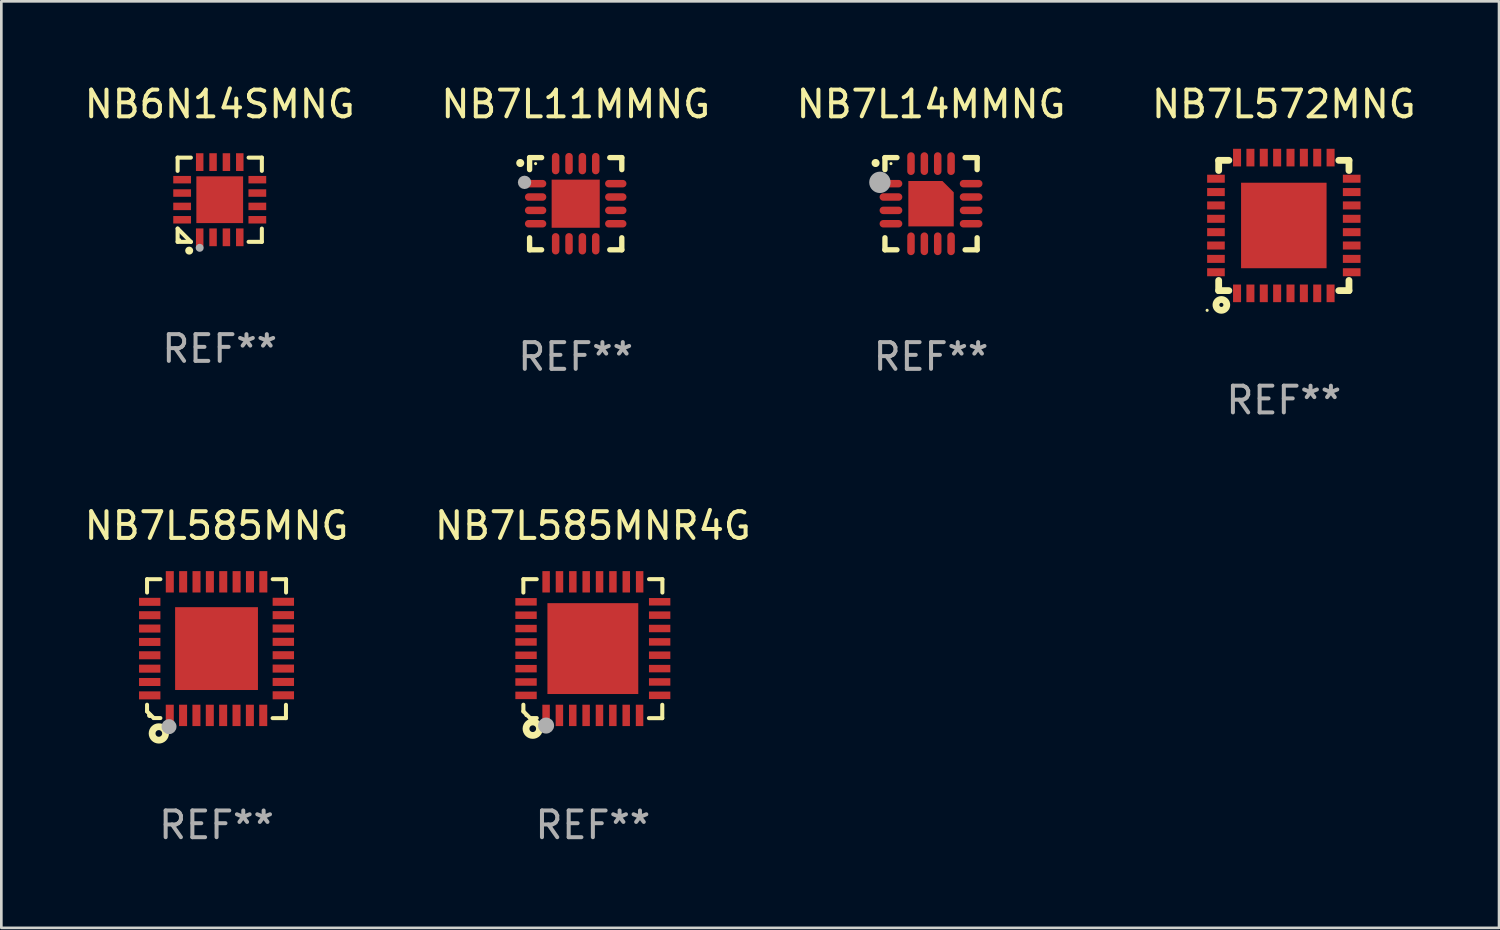
<source format=kicad_pcb>
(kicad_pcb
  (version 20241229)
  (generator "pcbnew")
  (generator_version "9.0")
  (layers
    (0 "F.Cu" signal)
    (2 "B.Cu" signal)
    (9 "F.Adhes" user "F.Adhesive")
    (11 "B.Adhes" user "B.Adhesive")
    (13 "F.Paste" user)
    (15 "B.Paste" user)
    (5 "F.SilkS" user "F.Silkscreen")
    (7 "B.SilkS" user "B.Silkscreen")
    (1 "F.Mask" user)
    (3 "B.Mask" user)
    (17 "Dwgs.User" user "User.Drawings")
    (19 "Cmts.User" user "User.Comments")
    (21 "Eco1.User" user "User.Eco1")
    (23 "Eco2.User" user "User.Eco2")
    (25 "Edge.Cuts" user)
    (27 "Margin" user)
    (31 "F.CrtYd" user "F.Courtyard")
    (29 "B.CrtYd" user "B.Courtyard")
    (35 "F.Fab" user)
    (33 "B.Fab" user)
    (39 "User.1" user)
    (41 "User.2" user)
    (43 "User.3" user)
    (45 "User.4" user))
  (footprint "NB7L572MNG"
    (layer "F.Cu")
    (at 44.994 5.388)
    (property "Reference" "NB7L572MNG" (at 0 -4.54 0) (layer "F.SilkS") (effects (font (size 1 1) (thickness 0.15))))
    (attr through_hole)
    (fp_line (start -2.438 -2.438) (end -2.057 -2.438) (stroke (width 0.254) (type solid)) (layer "F.SilkS"))
    (fp_line (start -2.438 -2.057) (end -2.438 -2.438) (stroke (width 0.254) (type solid)) (layer "F.SilkS"))
    (fp_line (start -2.438 2.438) (end -2.438 2.057) (stroke (width 0.254) (type solid)) (layer "F.SilkS"))
    (fp_line (start -2.057 2.438) (end -2.438 2.438) (stroke (width 0.254) (type solid)) (layer "F.SilkS"))
    (fp_line (start 2.057 -2.438) (end 2.438 -2.438) (stroke (width 0.254) (type solid)) (layer "F.SilkS"))
    (fp_line (start 2.438 -2.438) (end 2.438 -2.057) (stroke (width 0.254) (type solid)) (layer "F.SilkS"))
    (fp_line (start 2.438 2.057) (end 2.438 2.438) (stroke (width 0.254) (type solid)) (layer "F.SilkS"))
    (fp_line (start 2.438 2.438) (end 2.057 2.438) (stroke (width 0.254) (type solid)) (layer "F.SilkS"))
    (fp_circle (center -2.87 3.175) (end -2.84 3.175) (stroke (width 0.06) (type solid)) (fill no) (layer "F.SilkS"))
    (fp_circle (center -2.337 2.972) (end -2.261 2.972) (stroke (width 0.254) (type solid)) (fill no) (layer "F.SilkS"))
    (fp_text user "REF**" (at 0 6.54 0) (layer "F.Fab") (effects (font (size 1 1) (thickness 0.15))))
    (pad "1" smd rect (at -1.75 2.54 90) (size 0.66 0.3) (layers "F.Cu" "F.Mask" "F.Paste"))
    (pad "2" smd rect (at -1.25 2.54 90) (size 0.66 0.3) (layers "F.Cu" "F.Mask" "F.Paste"))
    (pad "3" smd rect (at -0.75 2.54 90) (size 0.66 0.3) (layers "F.Cu" "F.Mask" "F.Paste"))
    (pad "4" smd rect (at -0.25 2.54 90) (size 0.66 0.3) (layers "F.Cu" "F.Mask" "F.Paste"))
    (pad "5" smd rect (at 0.25 2.54 90) (size 0.66 0.3) (layers "F.Cu" "F.Mask" "F.Paste"))
    (pad "6" smd rect (at 0.75 2.54 90) (size 0.66 0.3) (layers "F.Cu" "F.Mask" "F.Paste"))
    (pad "7" smd rect (at 1.25 2.54 90) (size 0.66 0.3) (layers "F.Cu" "F.Mask" "F.Paste"))
    (pad "8" smd rect (at 1.75 2.54 90) (size 0.66 0.3) (layers "F.Cu" "F.Mask" "F.Paste"))
    (pad "9" smd rect (at 2.54 1.75 90) (size 0.3 0.66) (layers "F.Cu" "F.Mask" "F.Paste"))
    (pad "10" smd rect (at 2.54 1.25 90) (size 0.3 0.66) (layers "F.Cu" "F.Mask" "F.Paste"))
    (pad "11" smd rect (at 2.54 0.75 90) (size 0.3 0.66) (layers "F.Cu" "F.Mask" "F.Paste"))
    (pad "12" smd rect (at 2.54 0.25 90) (size 0.3 0.66) (layers "F.Cu" "F.Mask" "F.Paste"))
    (pad "13" smd rect (at 2.54 -0.25 90) (size 0.3 0.66) (layers "F.Cu" "F.Mask" "F.Paste"))
    (pad "14" smd rect (at 2.54 -0.75 90) (size 0.3 0.66) (layers "F.Cu" "F.Mask" "F.Paste"))
    (pad "15" smd rect (at 2.54 -1.25 90) (size 0.3 0.66) (layers "F.Cu" "F.Mask" "F.Paste"))
    (pad "16" smd rect (at 2.54 -1.75 90) (size 0.3 0.66) (layers "F.Cu" "F.Mask" "F.Paste"))
    (pad "17" smd rect (at 1.75 -2.54 90) (size 0.66 0.3) (layers "F.Cu" "F.Mask" "F.Paste"))
    (pad "18" smd rect (at 1.25 -2.54 90) (size 0.66 0.3) (layers "F.Cu" "F.Mask" "F.Paste"))
    (pad "19" smd rect (at 0.75 -2.54 90) (size 0.66 0.3) (layers "F.Cu" "F.Mask" "F.Paste"))
    (pad "20" smd rect (at 0.25 -2.54 90) (size 0.66 0.3) (layers "F.Cu" "F.Mask" "F.Paste"))
    (pad "21" smd rect (at -0.25 -2.54 90) (size 0.66 0.3) (layers "F.Cu" "F.Mask" "F.Paste"))
    (pad "22" smd rect (at -0.75 -2.54 90) (size 0.66 0.3) (layers "F.Cu" "F.Mask" "F.Paste"))
    (pad "23" smd rect (at -1.25 -2.54 90) (size 0.66 0.3) (layers "F.Cu" "F.Mask" "F.Paste"))
    (pad "24" smd rect (at -1.75 -2.54 90) (size 0.66 0.3) (layers "F.Cu" "F.Mask" "F.Paste"))
    (pad "25" smd rect (at -2.54 -1.75 90) (size 0.3 0.66) (layers "F.Cu" "F.Mask" "F.Paste"))
    (pad "26" smd rect (at -2.54 -1.25 90) (size 0.3 0.66) (layers "F.Cu" "F.Mask" "F.Paste"))
    (pad "27" smd rect (at -2.54 -0.75 90) (size 0.3 0.66) (layers "F.Cu" "F.Mask" "F.Paste"))
    (pad "28" smd rect (at -2.54 -0.25 90) (size 0.3 0.66) (layers "F.Cu" "F.Mask" "F.Paste"))
    (pad "29" smd rect (at -2.54 0.25 90) (size 0.3 0.66) (layers "F.Cu" "F.Mask" "F.Paste"))
    (pad "30" smd rect (at -2.54 0.75 90) (size 0.3 0.66) (layers "F.Cu" "F.Mask" "F.Paste"))
    (pad "31" smd rect (at -2.54 1.25 90) (size 0.3 0.66) (layers "F.Cu" "F.Mask" "F.Paste"))
    (pad "32" smd rect (at -2.54 1.75 90) (size 0.3 0.66) (layers "F.Cu" "F.Mask" "F.Paste"))
    (pad "33" smd rect (at 0 0 90) (size 3.2 3.2) (layers "F.Cu" "F.Mask" "F.Paste")))
  (footprint "NB7L585MNR4G"
    (layer "F.Cu")
    (at 19.137 21.225)
    (property "Reference" "NB7L585MNR4G" (at 0 -4.6 0) (layer "F.SilkS") (effects (font (size 1 1) (thickness 0.15))))
    (attr through_hole)
    (fp_line (start -2.601 2.097) (end -2.601 2.347) (stroke (width 0.152) (type solid)) (layer "F.SilkS"))
    (fp_line (start -2.601 2.347) (end -2.351 2.597) (stroke (width 0.152) (type solid)) (layer "F.SilkS"))
    (fp_line (start -2.601 -2.6) (end -2.601 -2.1) (stroke (width 0.152) (type solid)) (layer "F.SilkS"))
    (fp_line (start -2.601 -2.6) (end -2.101 -2.6) (stroke (width 0.152) (type solid)) (layer "F.SilkS"))
    (fp_line (start -2.351 2.597) (end -2.101 2.597) (stroke (width 0.152) (type solid)) (layer "F.SilkS"))
    (fp_line (start 2.597 2.6) (end 2.097 2.6) (stroke (width 0.152) (type solid)) (layer "F.SilkS"))
    (fp_line (start 2.597 2.6) (end 2.597 2.1) (stroke (width 0.152) (type solid)) (layer "F.SilkS"))
    (fp_line (start 2.601 -2.6) (end 2.101 -2.6) (stroke (width 0.152) (type solid)) (layer "F.SilkS"))
    (fp_line (start 2.601 -2.6) (end 2.601 -2.1) (stroke (width 0.152) (type solid)) (layer "F.SilkS"))
    (fp_circle (center -2.501 2.497) (end -2.471 2.497) (stroke (width 0.06) (type solid)) (fill no) (layer "F.SilkS"))
    (fp_circle (center -2.25 2.995) (end -2.125 2.995) (stroke (width 0.254) (type solid)) (fill no) (layer "F.SilkS"))
    (fp_circle (center -1.751 2.878) (end -1.601 2.878) (stroke (width 0.3) (type solid)) (fill no) (layer "F.Fab"))
    (fp_text user "REF**" (at 0 6.6 0) (layer "F.Fab") (effects (font (size 1 1) (thickness 0.15))))
    (pad "1" smd rect (at -1.751 2.497) (size 0.28 0.8) (layers "F.Cu" "F.Mask" "F.Paste"))
    (pad "2" smd rect (at -1.253 2.497) (size 0.28 0.8) (layers "F.Cu" "F.Mask" "F.Paste"))
    (pad "3" smd rect (at -0.753 2.497) (size 0.28 0.8) (layers "F.Cu" "F.Mask" "F.Paste"))
    (pad "4" smd rect (at -0.253 2.497) (size 0.28 0.8) (layers "F.Cu" "F.Mask" "F.Paste"))
    (pad "5" smd rect (at 0.247 2.497) (size 0.28 0.8) (layers "F.Cu" "F.Mask" "F.Paste"))
    (pad "6" smd rect (at 0.747 2.497) (size 0.28 0.8) (layers "F.Cu" "F.Mask" "F.Paste"))
    (pad "7" smd rect (at 1.247 2.497) (size 0.28 0.8) (layers "F.Cu" "F.Mask" "F.Paste"))
    (pad "8" smd rect (at 1.747 2.497) (size 0.28 0.8) (layers "F.Cu" "F.Mask" "F.Paste"))
    (pad "9" smd rect (at 2.499 1.746) (size 0.8 0.28) (layers "F.Cu" "F.Mask" "F.Paste"))
    (pad "10" smd rect (at 2.499 1.245) (size 0.8 0.28) (layers "F.Cu" "F.Mask" "F.Paste"))
    (pad "11" smd rect (at 2.499 0.746) (size 0.8 0.28) (layers "F.Cu" "F.Mask" "F.Paste"))
    (pad "12" smd rect (at 2.499 0.245) (size 0.8 0.28) (layers "F.Cu" "F.Mask" "F.Paste"))
    (pad "13" smd rect (at 2.499 -0.254) (size 0.8 0.28) (layers "F.Cu" "F.Mask" "F.Paste"))
    (pad "14" smd rect (at 2.499 -0.755) (size 0.8 0.28) (layers "F.Cu" "F.Mask" "F.Paste"))
    (pad "15" smd rect (at 2.499 -1.254) (size 0.8 0.28) (layers "F.Cu" "F.Mask" "F.Paste"))
    (pad "16" smd rect (at 2.499 -1.755) (size 0.8 0.28) (layers "F.Cu" "F.Mask" "F.Paste"))
    (pad "17" smd rect (at 1.75 -2.502) (size 0.28 0.8) (layers "F.Cu" "F.Mask" "F.Paste"))
    (pad "18" smd rect (at 1.25 -2.502) (size 0.28 0.8) (layers "F.Cu" "F.Mask" "F.Paste"))
    (pad "19" smd rect (at 0.75 -2.502) (size 0.28 0.8) (layers "F.Cu" "F.Mask" "F.Paste"))
    (pad "20" smd rect (at 0.25 -2.502) (size 0.28 0.8) (layers "F.Cu" "F.Mask" "F.Paste"))
    (pad "21" smd rect (at -0.25 -2.502) (size 0.28 0.8) (layers "F.Cu" "F.Mask" "F.Paste"))
    (pad "22" smd rect (at -0.75 -2.502) (size 0.28 0.8) (layers "F.Cu" "F.Mask" "F.Paste"))
    (pad "23" smd rect (at -1.25 -2.502) (size 0.28 0.8) (layers "F.Cu" "F.Mask" "F.Paste"))
    (pad "24" smd rect (at -1.75 -2.502) (size 0.28 0.8) (layers "F.Cu" "F.Mask" "F.Paste"))
    (pad "25" smd rect (at -2.501 -1.753) (size 0.8 0.28) (layers "F.Cu" "F.Mask" "F.Paste"))
    (pad "26" smd rect (at -2.501 -1.252) (size 0.8 0.28) (layers "F.Cu" "F.Mask" "F.Paste"))
    (pad "27" smd rect (at -2.501 -0.753) (size 0.8 0.28) (layers "F.Cu" "F.Mask" "F.Paste"))
    (pad "28" smd rect (at -2.501 -0.252) (size 0.8 0.28) (layers "F.Cu" "F.Mask" "F.Paste"))
    (pad "29" smd rect (at -2.501 0.247) (size 0.8 0.28) (layers "F.Cu" "F.Mask" "F.Paste"))
    (pad "30" smd rect (at -2.501 0.748) (size 0.8 0.28) (layers "F.Cu" "F.Mask" "F.Paste"))
    (pad "31" smd rect (at -2.501 1.247) (size 0.8 0.28) (layers "F.Cu" "F.Mask" "F.Paste"))
    (pad "32" smd rect (at -2.501 1.748) (size 0.8 0.28) (layers "F.Cu" "F.Mask" "F.Paste"))
    (pad "33" smd rect (at -0.001 -0.003 180) (size 3.4 3.4) (layers "F.Cu" "F.Mask" "F.Paste")))
  (footprint "NB7L11MMNG"
    (layer "F.Cu")
    (at 18.494 4.573)
    (property "Reference" "NB7L11MMNG" (at 0 -3.725 0) (layer "F.SilkS") (effects (font (size 1 1) (thickness 0.15))))
    (attr through_hole)
    (fp_line (start -1.725 -1.725) (end -1.275 -1.725) (stroke (width 0.2) (type solid)) (layer "F.SilkS"))
    (fp_line (start -1.725 -1.275) (end -1.725 -1.725) (stroke (width 0.2) (type solid)) (layer "F.SilkS"))
    (fp_line (start -1.725 1.725) (end -1.725 1.275) (stroke (width 0.2) (type solid)) (layer "F.SilkS"))
    (fp_line (start -1.275 1.725) (end -1.725 1.725) (stroke (width 0.2) (type solid)) (layer "F.SilkS"))
    (fp_line (start 1.275 -1.725) (end 1.725 -1.725) (stroke (width 0.2) (type solid)) (layer "F.SilkS"))
    (fp_line (start 1.275 1.725) (end 1.725 1.725) (stroke (width 0.2) (type solid)) (layer "F.SilkS"))
    (fp_line (start 1.725 -1.725) (end 1.725 -1.275) (stroke (width 0.2) (type solid)) (layer "F.SilkS"))
    (fp_line (start 1.725 1.725) (end 1.725 1.275) (stroke (width 0.2) (type solid)) (layer "F.SilkS"))
    (fp_arc (start -2.075184 -1.521463) (mid -2.075189 -1.522733) (end -2.075184 -1.524003) (stroke (width 0.3) (type solid)) (layer "F.SilkS"))
    (fp_circle (center -1.5 -1.5) (end -1.47 -1.5) (stroke (width 0.06) (type solid)) (fill no) (layer "F.SilkS"))
    (fp_circle (center -1.914 -0.799) (end -1.789 -0.799) (stroke (width 0.25) (type solid)) (fill no) (layer "F.Fab"))
    (fp_text user "REF**" (at 0 5.725 0) (layer "F.Fab") (effects (font (size 1 1) (thickness 0.15))))
    (pad "1" smd oval (at -1.5 -0.75) (size 0.8 0.28) (layers "F.Cu" "F.Mask" "F.Paste"))
    (pad "2" smd oval (at -1.5 -0.25) (size 0.8 0.28) (layers "F.Cu" "F.Mask" "F.Paste"))
    (pad "3" smd oval (at -1.5 0.25) (size 0.8 0.28) (layers "F.Cu" "F.Mask" "F.Paste"))
    (pad "4" smd oval (at -1.5 0.75) (size 0.8 0.28) (layers "F.Cu" "F.Mask" "F.Paste"))
    (pad "5" smd oval (at -0.75 1.5) (size 0.28 0.8) (layers "F.Cu" "F.Mask" "F.Paste"))
    (pad "6" smd oval (at -0.25 1.5) (size 0.28 0.8) (layers "F.Cu" "F.Mask" "F.Paste"))
    (pad "7" smd oval (at 0.25 1.5) (size 0.28 0.8) (layers "F.Cu" "F.Mask" "F.Paste"))
    (pad "8" smd oval (at 0.75 1.5) (size 0.28 0.8) (layers "F.Cu" "F.Mask" "F.Paste"))
    (pad "9" smd oval (at 1.5 0.75) (size 0.8 0.28) (layers "F.Cu" "F.Mask" "F.Paste"))
    (pad "10" smd oval (at 1.5 0.25) (size 0.8 0.28) (layers "F.Cu" "F.Mask" "F.Paste"))
    (pad "11" smd oval (at 1.5 -0.25) (size 0.8 0.28) (layers "F.Cu" "F.Mask" "F.Paste"))
    (pad "12" smd oval (at 1.5 -0.75) (size 0.8 0.28) (layers "F.Cu" "F.Mask" "F.Paste"))
    (pad "13" smd oval (at 0.75 -1.5) (size 0.28 0.8) (layers "F.Cu" "F.Mask" "F.Paste"))
    (pad "14" smd oval (at 0.25 -1.5) (size 0.28 0.8) (layers "F.Cu" "F.Mask" "F.Paste"))
    (pad "15" smd oval (at -0.25 -1.5) (size 0.28 0.8) (layers "F.Cu" "F.Mask" "F.Paste"))
    (pad "16" smd oval (at -0.75 -1.5) (size 0.28 0.8) (layers "F.Cu" "F.Mask" "F.Paste"))
    (pad "17" smd rect (at 0.000076 0.000076) (size 1.8 1.8) (layers "F.Cu" "F.Mask" "F.Paste")))
  (footprint "NB6N14SMNG"
    (layer "F.Cu")
    (at 5.173 4.424)
    (property "Reference" "NB6N14SMNG" (at 0 -3.576 0) (layer "F.SilkS") (effects (font (size 1 1) (thickness 0.15))))
    (attr through_hole)
    (fp_line (start -1.576 -1.576) (end -1.08 -1.576) (stroke (width 0.152) (type solid)) (layer "F.SilkS"))
    (fp_line (start -1.576 -1.08) (end -1.576 -1.576) (stroke (width 0.152) (type solid)) (layer "F.SilkS"))
    (fp_line (start -1.576 1.08) (end -1.576 1.576) (stroke (width 0.152) (type solid)) (layer "F.SilkS"))
    (fp_line (start -1.576 1.576) (end -1.08 1.576) (stroke (width 0.152) (type solid)) (layer "F.SilkS"))
    (fp_line (start -1.08 1.576) (end -1.576 1.08) (stroke (width 0.152) (type solid)) (layer "F.SilkS"))
    (fp_line (start 1.576 -1.576) (end 1.08 -1.576) (stroke (width 0.152) (type solid)) (layer "F.SilkS"))
    (fp_line (start 1.576 -1.08) (end 1.576 -1.576) (stroke (width 0.152) (type solid)) (layer "F.SilkS"))
    (fp_line (start 1.576 1.08) (end 1.576 1.576) (stroke (width 0.152) (type solid)) (layer "F.SilkS"))
    (fp_line (start 1.576 1.576) (end 1.08 1.576) (stroke (width 0.152) (type solid)) (layer "F.SilkS"))
    (fp_circle (center -1.5 1.5) (end -1.47 1.5) (stroke (width 0.06) (type solid)) (fill no) (layer "F.SilkS"))
    (fp_circle (center -1.143 1.905) (end -1.068 1.905) (stroke (width 0.15) (type solid)) (fill no) (layer "F.SilkS"))
    (fp_circle (center -0.75 1.8) (end -0.675 1.8) (stroke (width 0.15) (type solid)) (fill no) (layer "F.Fab"))
    (fp_text user "REF**" (at 0 5.576 0) (layer "F.Fab") (effects (font (size 1 1) (thickness 0.15))))
    (pad "1" smd rect (at -0.75 1.407) (size 0.28 0.665) (layers "F.Cu" "F.Mask" "F.Paste"))
    (pad "2" smd rect (at -0.25 1.407) (size 0.28 0.665) (layers "F.Cu" "F.Mask" "F.Paste"))
    (pad "3" smd rect (at 0.25 1.407) (size 0.28 0.665) (layers "F.Cu" "F.Mask" "F.Paste"))
    (pad "4" smd rect (at 0.75 1.407) (size 0.28 0.665) (layers "F.Cu" "F.Mask" "F.Paste"))
    (pad "5" smd rect (at 1.407 0.75) (size 0.665 0.28) (layers "F.Cu" "F.Mask" "F.Paste"))
    (pad "6" smd rect (at 1.407 0.25) (size 0.665 0.28) (layers "F.Cu" "F.Mask" "F.Paste"))
    (pad "7" smd rect (at 1.407 -0.25) (size 0.665 0.28) (layers "F.Cu" "F.Mask" "F.Paste"))
    (pad "8" smd rect (at 1.407 -0.75) (size 0.665 0.28) (layers "F.Cu" "F.Mask" "F.Paste"))
    (pad "9" smd rect (at 0.75 -1.407) (size 0.28 0.665) (layers "F.Cu" "F.Mask" "F.Paste"))
    (pad "10" smd rect (at 0.25 -1.407) (size 0.28 0.665) (layers "F.Cu" "F.Mask" "F.Paste"))
    (pad "11" smd rect (at -0.25 -1.407) (size 0.28 0.665) (layers "F.Cu" "F.Mask" "F.Paste"))
    (pad "12" smd rect (at -0.75 -1.407) (size 0.28 0.665) (layers "F.Cu" "F.Mask" "F.Paste"))
    (pad "13" smd rect (at -1.407 -0.75) (size 0.665 0.28) (layers "F.Cu" "F.Mask" "F.Paste"))
    (pad "14" smd rect (at -1.407 -0.25) (size 0.665 0.28) (layers "F.Cu" "F.Mask" "F.Paste"))
    (pad "15" smd rect (at -1.407 0.25) (size 0.665 0.28) (layers "F.Cu" "F.Mask" "F.Paste"))
    (pad "16" smd rect (at -1.407 0.75) (size 0.665 0.28) (layers "F.Cu" "F.Mask" "F.Paste"))
    (pad "17" smd rect (at 0 0) (size 1.75 1.75) (layers "F.Cu" "F.Mask" "F.Paste")))
  (footprint "NB7L585MNG"
    (layer "F.Cu")
    (at 5.054 21.225)
    (property "Reference" "NB7L585MNG" (at 0 -4.6 0) (layer "F.SilkS") (effects (font (size 1 1) (thickness 0.15))))
    (attr through_hole)
    (fp_line (start -2.601 2.097) (end -2.601 2.347) (stroke (width 0.15) (type solid)) (layer "F.SilkS"))
    (fp_line (start -2.601 2.347) (end -2.351 2.597) (stroke (width 0.15) (type solid)) (layer "F.SilkS"))
    (fp_line (start -2.601 -2.6) (end -2.601 -2.1) (stroke (width 0.15) (type solid)) (layer "F.SilkS"))
    (fp_line (start -2.601 -2.6) (end -2.101 -2.6) (stroke (width 0.15) (type solid)) (layer "F.SilkS"))
    (fp_line (start -2.351 2.597) (end -2.101 2.597) (stroke (width 0.15) (type solid)) (layer "F.SilkS"))
    (fp_line (start 2.597 2.6) (end 2.097 2.6) (stroke (width 0.15) (type solid)) (layer "F.SilkS"))
    (fp_line (start 2.597 2.6) (end 2.597 2.1) (stroke (width 0.15) (type solid)) (layer "F.SilkS"))
    (fp_line (start 2.601 -2.6) (end 2.101 -2.6) (stroke (width 0.15) (type solid)) (layer "F.SilkS"))
    (fp_line (start 2.601 -2.6) (end 2.601 -2.1) (stroke (width 0.15) (type solid)) (layer "F.SilkS"))
    (fp_circle (center -2.501 2.497) (end -2.451 2.497) (stroke (width 0.1) (type solid)) (fill no) (layer "F.SilkS"))
    (fp_circle (center -2.16 3.172) (end -2.035 3.172) (stroke (width 0.254) (type solid)) (fill no) (layer "F.SilkS"))
    (fp_circle (center -1.779 2.918) (end -1.639 2.918) (stroke (width 0.28) (type solid)) (fill no) (layer "F.Fab"))
    (fp_text user "REF**" (at 0 6.6 0) (layer "F.Fab") (effects (font (size 1 1) (thickness 0.15))))
    (pad "1" smd rect (at -1.751 2.497) (size 0.3 0.8) (layers "F.Cu" "F.Mask" "F.Paste"))
    (pad "2" smd rect (at -1.253 2.497) (size 0.3 0.8) (layers "F.Cu" "F.Mask" "F.Paste"))
    (pad "3" smd rect (at -0.753 2.497) (size 0.3 0.8) (layers "F.Cu" "F.Mask" "F.Paste"))
    (pad "4" smd rect (at -0.253 2.497) (size 0.3 0.8) (layers "F.Cu" "F.Mask" "F.Paste"))
    (pad "5" smd rect (at 0.247 2.497) (size 0.3 0.8) (layers "F.Cu" "F.Mask" "F.Paste"))
    (pad "6" smd rect (at 0.747 2.497) (size 0.3 0.8) (layers "F.Cu" "F.Mask" "F.Paste"))
    (pad "7" smd rect (at 1.247 2.497) (size 0.3 0.8) (layers "F.Cu" "F.Mask" "F.Paste"))
    (pad "8" smd rect (at 1.747 2.497) (size 0.3 0.8) (layers "F.Cu" "F.Mask" "F.Paste"))
    (pad "9" smd rect (at 2.499 1.745) (size 0.8 0.3) (layers "F.Cu" "F.Mask" "F.Paste"))
    (pad "10" smd rect (at 2.499 1.245) (size 0.8 0.3) (layers "F.Cu" "F.Mask" "F.Paste"))
    (pad "11" smd rect (at 2.499 0.745) (size 0.8 0.3) (layers "F.Cu" "F.Mask" "F.Paste"))
    (pad "12" smd rect (at 2.499 0.245) (size 0.8 0.3) (layers "F.Cu" "F.Mask" "F.Paste"))
    (pad "13" smd rect (at 2.499 -0.255) (size 0.8 0.3) (layers "F.Cu" "F.Mask" "F.Paste"))
    (pad "14" smd rect (at 2.499 -0.755) (size 0.8 0.3) (layers "F.Cu" "F.Mask" "F.Paste"))
    (pad "15" smd rect (at 2.499 -1.255) (size 0.8 0.3) (layers "F.Cu" "F.Mask" "F.Paste"))
    (pad "16" smd rect (at 2.499 -1.755) (size 0.8 0.3) (layers "F.Cu" "F.Mask" "F.Paste"))
    (pad "17" smd rect (at 1.75 -2.502) (size 0.3 0.8) (layers "F.Cu" "F.Mask" "F.Paste"))
    (pad "18" smd rect (at 1.25 -2.502) (size 0.3 0.8) (layers "F.Cu" "F.Mask" "F.Paste"))
    (pad "19" smd rect (at 0.75 -2.502) (size 0.3 0.8) (layers "F.Cu" "F.Mask" "F.Paste"))
    (pad "20" smd rect (at 0.25 -2.502) (size 0.3 0.8) (layers "F.Cu" "F.Mask" "F.Paste"))
    (pad "21" smd rect (at -0.25 -2.502) (size 0.3 0.8) (layers "F.Cu" "F.Mask" "F.Paste"))
    (pad "22" smd rect (at -0.75 -2.502) (size 0.3 0.8) (layers "F.Cu" "F.Mask" "F.Paste"))
    (pad "23" smd rect (at -1.25 -2.502) (size 0.3 0.8) (layers "F.Cu" "F.Mask" "F.Paste"))
    (pad "24" smd rect (at -1.75 -2.502) (size 0.3 0.8) (layers "F.Cu" "F.Mask" "F.Paste"))
    (pad "25" smd rect (at -2.501 -1.753) (size 0.8 0.3) (layers "F.Cu" "F.Mask" "F.Paste"))
    (pad "26" smd rect (at -2.501 -1.252) (size 0.8 0.3) (layers "F.Cu" "F.Mask" "F.Paste"))
    (pad "27" smd rect (at -2.501 -0.753) (size 0.8 0.3) (layers "F.Cu" "F.Mask" "F.Paste"))
    (pad "28" smd rect (at -2.501 -0.252) (size 0.8 0.3) (layers "F.Cu" "F.Mask" "F.Paste"))
    (pad "29" smd rect (at -2.501 0.247) (size 0.8 0.3) (layers "F.Cu" "F.Mask" "F.Paste"))
    (pad "30" smd rect (at -2.501 0.748) (size 0.8 0.3) (layers "F.Cu" "F.Mask" "F.Paste"))
    (pad "31" smd rect (at -2.501 1.247) (size 0.8 0.3) (layers "F.Cu" "F.Mask" "F.Paste"))
    (pad "32" smd rect (at -2.501 1.748) (size 0.8 0.3) (layers "F.Cu" "F.Mask" "F.Paste"))
    (pad "33" smd rect (at -0.001 -0.003 180) (size 3.1 3.1) (layers "F.Cu" "F.Mask" "F.Paste")))
  (footprint "NB7L14MMNG"
    (layer "F.Cu")
    (at 31.792 4.573)
    (property "Reference" "NB7L14MMNG" (at 0 -3.725 0) (layer "F.SilkS") (effects (font (size 1 1) (thickness 0.15))))
    (attr through_hole)
    (fp_line (start -1.725 -1.725) (end -1.275 -1.725) (stroke (width 0.2) (type solid)) (layer "F.SilkS"))
    (fp_line (start -1.725 -1.275) (end -1.725 -1.725) (stroke (width 0.2) (type solid)) (layer "F.SilkS"))
    (fp_line (start -1.725 1.725) (end -1.725 1.275) (stroke (width 0.2) (type solid)) (layer "F.SilkS"))
    (fp_line (start -1.275 1.725) (end -1.725 1.725) (stroke (width 0.2) (type solid)) (layer "F.SilkS"))
    (fp_line (start 1.275 -1.725) (end 1.725 -1.725) (stroke (width 0.2) (type solid)) (layer "F.SilkS"))
    (fp_line (start 1.275 1.725) (end 1.725 1.725) (stroke (width 0.2) (type solid)) (layer "F.SilkS"))
    (fp_line (start 1.725 -1.725) (end 1.725 -1.275) (stroke (width 0.2) (type solid)) (layer "F.SilkS"))
    (fp_line (start 1.725 1.725) (end 1.725 1.275) (stroke (width 0.2) (type solid)) (layer "F.SilkS"))
    (fp_arc (start -2.075184 -1.521463) (mid -2.075189 -1.522733) (end -2.075184 -1.524003) (stroke (width 0.3) (type solid)) (layer "F.SilkS"))
    (fp_circle (center -1.5 -1.5) (end -1.47 -1.5) (stroke (width 0.06) (type solid)) (fill no) (layer "F.SilkS"))
    (fp_circle (center -1.914 -0.799) (end -1.714 -0.799) (stroke (width 0.4) (type solid)) (fill no) (layer "F.Fab"))
    (fp_text user "REF**" (at 0 5.725 0) (layer "F.Fab") (effects (font (size 1 1) (thickness 0.15))))
    (pad "1" smd oval (at -1.5 -0.75) (size 0.85 0.28) (layers "F.Cu" "F.Mask" "F.Paste"))
    (pad "2" smd oval (at -1.5 -0.25) (size 0.85 0.28) (layers "F.Cu" "F.Mask" "F.Paste"))
    (pad "3" smd oval (at -1.5 0.25) (size 0.85 0.28) (layers "F.Cu" "F.Mask" "F.Paste"))
    (pad "4" smd oval (at -1.5 0.75) (size 0.85 0.28) (layers "F.Cu" "F.Mask" "F.Paste"))
    (pad "5" smd oval (at -0.75 1.5) (size 0.28 0.85) (layers "F.Cu" "F.Mask" "F.Paste"))
    (pad "6" smd oval (at -0.25 1.5) (size 0.28 0.85) (layers "F.Cu" "F.Mask" "F.Paste"))
    (pad "7" smd oval (at 0.25 1.5) (size 0.28 0.85) (layers "F.Cu" "F.Mask" "F.Paste"))
    (pad "8" smd oval (at 0.75 1.5) (size 0.28 0.85) (layers "F.Cu" "F.Mask" "F.Paste"))
    (pad "9" smd oval (at 1.5 0.75) (size 0.85 0.28) (layers "F.Cu" "F.Mask" "F.Paste"))
    (pad "10" smd oval (at 1.5 0.25) (size 0.85 0.28) (layers "F.Cu" "F.Mask" "F.Paste"))
    (pad "11" smd oval (at 1.5 -0.25) (size 0.85 0.28) (layers "F.Cu" "F.Mask" "F.Paste"))
    (pad "12" smd oval (at 1.5 -0.75) (size 0.85 0.28) (layers "F.Cu" "F.Mask" "F.Paste"))
    (pad "13" smd oval (at 0.75 -1.5) (size 0.28 0.85) (layers "F.Cu" "F.Mask" "F.Paste"))
    (pad "14" smd oval (at 0.25 -1.5) (size 0.28 0.85) (layers "F.Cu" "F.Mask" "F.Paste"))
    (pad "15" smd oval (at -0.25 -1.5) (size 0.28 0.85) (layers "F.Cu" "F.Mask" "F.Paste"))
    (pad "16" smd oval (at -0.75 -1.5) (size 0.28 0.85) (layers "F.Cu" "F.Mask" "F.Paste"))
    (pad "17" smd custom (at 0.000076 0.000076 270) (size 1.7 1.7) (layers "F.Cu" "F.Mask" "F.Paste") (options (anchor circle)) (primitives (gr_poly (pts (xy 0.85 -0.85) (xy 0.85 0.85) (xy -0.85 0.85) (xy -0.85 -0.425) (xy -0.425 -0.85)) (width 0) (fill yes)))))
  (gr_rect
    (start -3 -3)
    (end 53.048 31.673)
    (stroke (width 0.1) (type default))
    (fill no)
    (layer "Edge.Cuts")))
</source>
